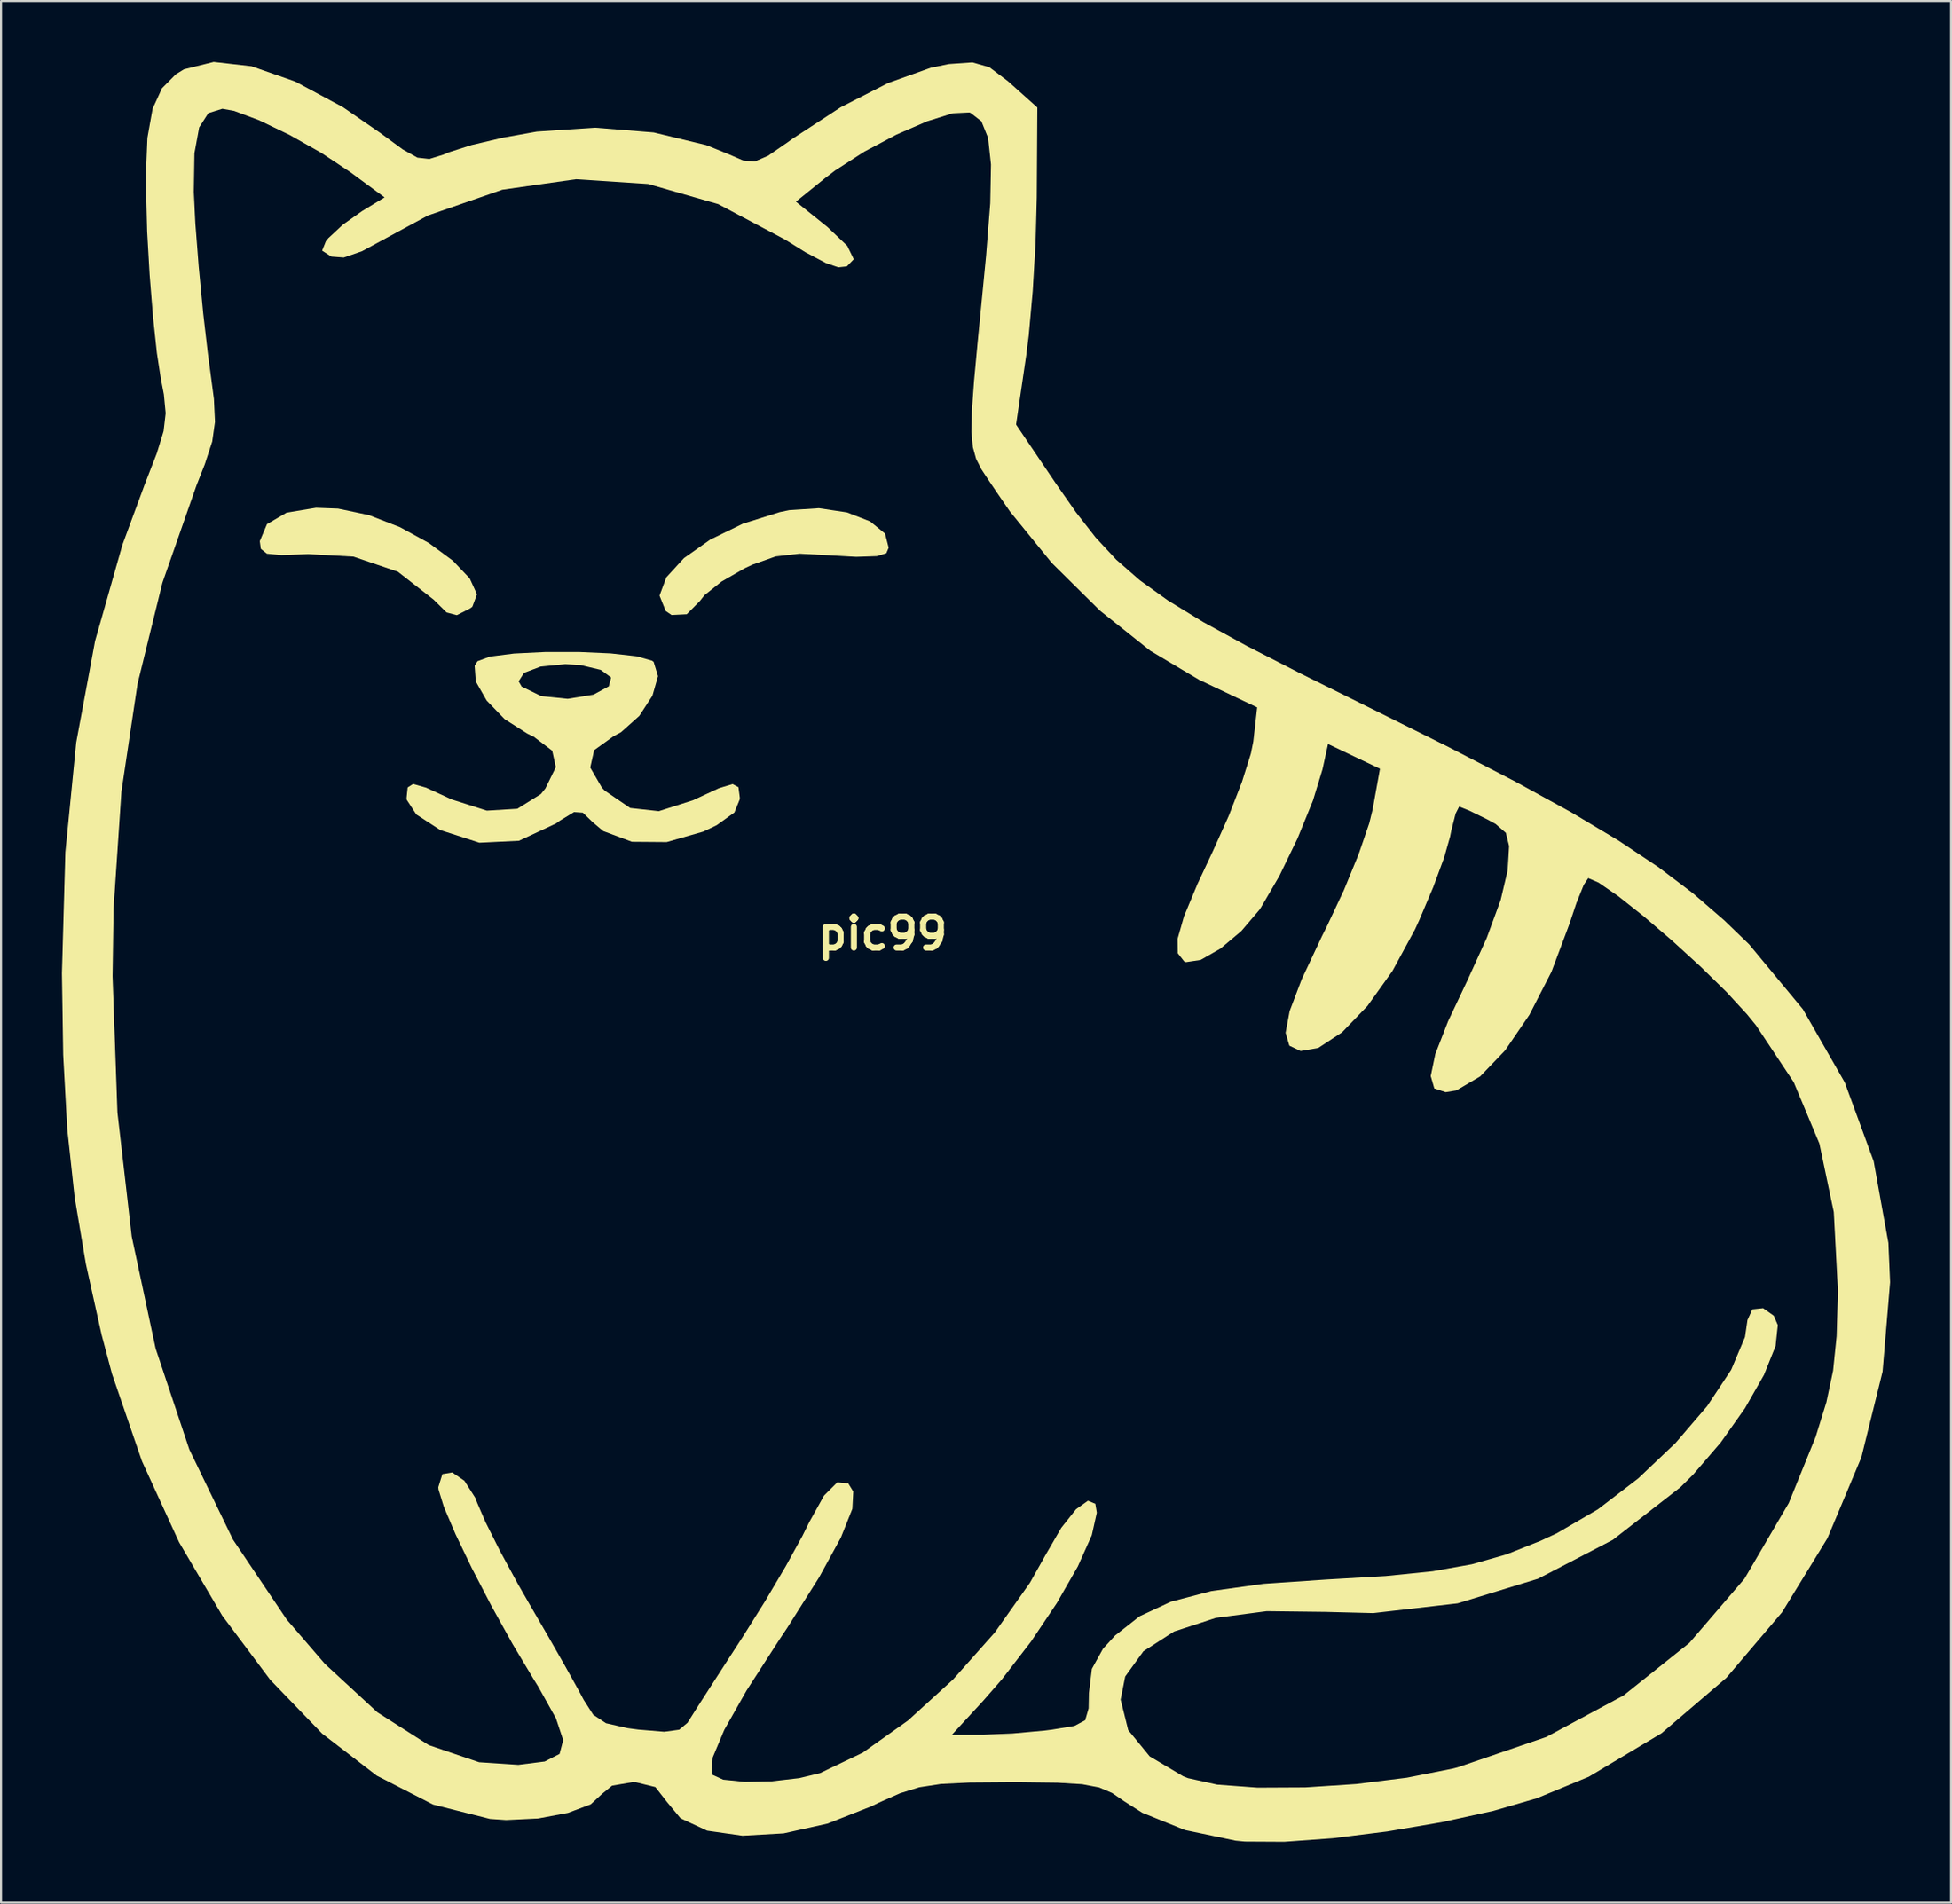
<source format=kicad_pcb>
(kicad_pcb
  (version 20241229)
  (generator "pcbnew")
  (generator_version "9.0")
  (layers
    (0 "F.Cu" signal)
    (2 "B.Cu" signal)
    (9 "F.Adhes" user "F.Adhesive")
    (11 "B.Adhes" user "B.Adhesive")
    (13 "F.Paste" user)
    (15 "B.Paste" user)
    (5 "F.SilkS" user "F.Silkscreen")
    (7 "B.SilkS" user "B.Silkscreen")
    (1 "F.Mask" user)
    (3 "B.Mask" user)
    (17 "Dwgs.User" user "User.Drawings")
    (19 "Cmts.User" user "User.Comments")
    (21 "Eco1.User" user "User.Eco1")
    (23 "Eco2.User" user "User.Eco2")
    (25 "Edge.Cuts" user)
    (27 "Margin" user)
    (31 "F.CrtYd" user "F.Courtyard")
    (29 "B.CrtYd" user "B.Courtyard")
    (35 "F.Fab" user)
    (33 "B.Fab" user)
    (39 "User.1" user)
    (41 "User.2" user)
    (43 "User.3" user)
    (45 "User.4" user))
  (footprint "pic99"
    (layer "F.Cu")
    (at 40.42 42.945)
    (property "Reference" "pic99" (at 0 0 0) (layer "F.SilkS") (effects (font (size 1.524 1.524) (thickness 0.3))))
    (attr board_only exclude_from_pos_files exclude_from_bom)
    (fp_poly (pts (xy -26.822 -20.937) (xy -25.295 -20.615) (xy -23.765 -20.02) (xy -22.349 -19.243) (xy -21.167 -18.373) (xy -20.337 -17.5) (xy -19.977 -16.713) (xy -20.207 -16.102) (xy -20.32 -16.018) (xy -20.971 -15.689) (xy -21.474 -15.822) (xy -22.116 -16.454) (xy -23.87 -17.825) (xy -26.06 -18.572) (xy -28.287 -18.695) (xy -29.607 -18.645) (xy -30.326 -18.717) (xy -30.623 -18.955) (xy -30.675 -19.332) (xy -30.322 -20.171) (xy -29.353 -20.738) (xy -27.905 -20.978)) (stroke (width 0) (type solid)) (fill yes) (layer "F.SilkS"))
    (fp_poly (pts (xy -1.756 -20.749) (xy -0.618 -20.308) (xy 0.12 -19.706) (xy 0.297 -19.012) (xy 0.183 -18.738) (xy -0.285 -18.596) (xy -1.3 -18.561) (xy -2.516 -18.63) (xy -4.09 -18.716) (xy -5.267 -18.582) (xy -6.414 -18.175) (xy -6.808 -17.99) (xy -7.935 -17.341) (xy -8.776 -16.668) (xy -9.008 -16.374) (xy -9.646 -15.733) (xy -10.392 -15.696) (xy -10.681 -15.891) (xy -10.987 -16.651) (xy -10.652 -17.55) (xy -9.785 -18.498) (xy -8.492 -19.409) (xy -6.883 -20.193) (xy -5.064 -20.764) (xy -4.597 -20.861) (xy -3.136 -20.957)) (stroke (width 0) (type solid)) (fill yes) (layer "F.SilkS"))
    (fp_poly (pts (xy -13.393 -13.804) (xy -12.116 -13.66) (xy -11.355 -13.445) (xy -11.278 -13.388) (xy -11.062 -12.681) (xy -11.338 -11.717) (xy -11.985 -10.723) (xy -12.88 -9.924) (xy -13.258 -9.719) (xy -14.208 -9.034) (xy -14.399 -8.179) (xy -13.824 -7.187) (xy -13.687 -7.044) (xy -12.433 -6.187) (xy -11.021 -6.032) (xy -9.339 -6.568) (xy -9.265 -6.603) (xy -8.059 -7.164) (xy -7.389 -7.366) (xy -7.1 -7.213) (xy -7.034 -6.704) (xy -7.034 -6.621) (xy -7.299 -5.966) (xy -8.17 -5.34) (xy -8.819 -5.028) (xy -10.632 -4.508) (xy -12.349 -4.522) (xy -13.764 -5.052) (xy -14.28 -5.489) (xy -14.766 -5.956) (xy -15.197 -5.986) (xy -15.883 -5.569) (xy -16.091 -5.421) (xy -17.908 -4.572) (xy -19.861 -4.477) (xy -21.785 -5.1) (xy -22.964 -5.866) (xy -23.439 -6.593) (xy -23.446 -6.684) (xy -23.392 -7.2) (xy -23.125 -7.371) (xy -22.487 -7.191) (xy -21.324 -6.656) (xy -21.23 -6.611) (xy -19.493 -6.057) (xy -17.99 -6.149) (xy -16.831 -6.874) (xy -16.608 -7.152) (xy -16.094 -8.199) (xy -16.271 -9.007) (xy -17.179 -9.697) (xy -17.504 -9.856) (xy -18.615 -10.564) (xy -19.502 -11.481) (xy -20.037 -12.42) (xy -20.037 -12.428) (xy -17.927 -12.428) (xy -17.777 -12.168) (xy -16.813 -11.697) (xy -15.511 -11.565) (xy -14.238 -11.771) (xy -13.485 -12.181) (xy -13.371 -12.617) (xy -13.886 -12.993) (xy -14.877 -13.23) (xy -15.631 -13.274) (xy -16.843 -13.155) (xy -17.659 -12.847) (xy -17.927 -12.428) (xy -20.037 -12.428) (xy -20.093 -13.196) (xy -19.953 -13.419) (xy -19.335 -13.646) (xy -18.154 -13.797) (xy -16.627 -13.873) (xy -14.968 -13.875)) (stroke (width 0) (type solid)) (fill yes) (layer "F.SilkS"))
    (fp_poly (pts (xy -31.086 -42.733) (xy -28.931 -41.979) (xy -26.58 -40.715) (xy -24.744 -39.449) (xy -23.636 -38.635) (xy -22.909 -38.228) (xy -22.324 -38.163) (xy -21.642 -38.374) (xy -21.335 -38.5) (xy -20.244 -38.849) (xy -18.707 -39.212) (xy -17.054 -39.509) (xy -17.032 -39.513) (xy -14.151 -39.704) (xy -11.275 -39.471) (xy -8.685 -38.845) (xy -7.635 -38.419) (xy -6.876 -38.091) (xy -6.298 -38.037) (xy -5.647 -38.318) (xy -4.669 -38.992) (xy -4.428 -39.167) (xy -2.07 -40.707) (xy 0.265 -41.903) (xy 2.376 -42.66) (xy 3.267 -42.842) (xy 4.424 -42.923) (xy 5.258 -42.685) (xy 6.165 -42.001) (xy 6.293 -41.887) (xy 7.62 -40.699) (xy 7.593 -36.274) (xy 7.533 -34.029) (xy 7.392 -31.637) (xy 7.196 -29.459) (xy 7.07 -28.463) (xy 6.572 -25.079) (xy 8.508 -22.211) (xy 9.524 -20.754) (xy 10.493 -19.513) (xy 11.509 -18.42) (xy 12.666 -17.408) (xy 14.058 -16.408) (xy 15.781 -15.353) (xy 17.929 -14.175) (xy 20.596 -12.807) (xy 23.876 -11.18) (xy 23.942 -11.148) (xy 27.864 -9.195) (xy 31.158 -7.49) (xy 33.917 -5.974) (xy 36.233 -4.59) (xy 38.199 -3.281) (xy 39.906 -1.989) (xy 41.447 -0.657) (xy 42.678 0.532) (xy 45.326 3.73) (xy 47.389 7.336) (xy 48.811 11.217) (xy 49.537 15.238) (xy 49.621 17.178) (xy 49.252 21.577) (xy 48.204 25.808) (xy 46.535 29.789) (xy 44.3 33.436) (xy 41.558 36.666) (xy 38.365 39.397) (xy 34.778 41.543) (xy 32.218 42.601) (xy 30.078 43.223) (xy 27.55 43.778) (xy 24.848 44.238) (xy 22.186 44.571) (xy 19.78 44.747) (xy 17.843 44.736) (xy 17.389 44.692) (xy 14.892 44.167) (xy 12.791 43.317) (xy 11.902 42.751) (xy 11.301 42.339) (xy 10.669 42.069) (xy 9.831 41.91) (xy 8.61 41.835) (xy 6.828 41.813) (xy 6.263 41.812) (xy 4.289 41.827) (xy 2.878 41.896) (xy 1.809 42.059) (xy 0.864 42.352) (xy -0.175 42.813) (xy -0.542 42.992) (xy -2.708 43.848) (xy -4.875 44.332) (xy -6.9 44.448) (xy -8.64 44.199) (xy -9.952 43.588) (xy -10.631 42.769) (xy -11.192 42.049) (xy -12.141 41.816) (xy -12.33 41.812) (xy -13.322 41.979) (xy -13.81 42.378) (xy -14.376 42.9) (xy -15.501 43.323) (xy -16.964 43.598) (xy -18.544 43.675) (xy -19.34 43.62) (xy -22.141 42.91) (xy -24.914 41.487) (xy -27.605 39.415) (xy -30.161 36.764) (xy -32.527 33.599) (xy -34.65 29.988) (xy -36.477 25.997) (xy -37.953 21.694) (xy -38.464 19.777) (xy -39.238 16.291) (xy -39.794 12.989) (xy -40.159 9.63) (xy -40.358 5.97) (xy -40.418 2.1) (xy -37.925 2.1) (xy -37.686 8.815) (xy -36.982 14.923) (xy -35.804 20.449) (xy -34.144 25.419) (xy -31.995 29.859) (xy -29.348 33.796) (xy -27.469 35.979) (xy -24.882 38.367) (xy -22.353 39.981) (xy -19.873 40.827) (xy -17.941 40.956) (xy -16.642 40.791) (xy -15.911 40.416) (xy -15.732 39.737) (xy -16.089 38.662) (xy -16.964 37.096) (xy -17.191 36.73) (xy -18.231 34.99) (xy -19.269 33.119) (xy -20.229 31.269) (xy -21.034 29.594) (xy -21.607 28.249) (xy -21.873 27.387) (xy -21.883 27.277) (xy -21.682 26.631) (xy -21.196 26.548) (xy -20.599 26.957) (xy -20.067 27.789) (xy -19.97 28.038) (xy -19.553 29.006) (xy -18.845 30.417) (xy -17.962 32.044) (xy -17.402 33.02) (xy -16.464 34.637) (xy -15.612 36.132) (xy -14.966 37.294) (xy -14.724 37.75) (xy -14.251 38.488) (xy -13.621 38.905) (xy -12.569 39.146) (xy -12.035 39.217) (xy -10.754 39.324) (xy -10.018 39.224) (xy -9.609 38.882) (xy -9.574 38.827) (xy -9.207 38.244) (xy -8.521 37.173) (xy -7.623 35.782) (xy -6.874 34.625) (xy -5.795 32.903) (xy -4.772 31.172) (xy -3.953 29.683) (xy -3.622 29.015) (xy -2.887 27.689) (xy -2.23 27.034) (xy -1.697 27.081) (xy -1.445 27.489) (xy -1.49 28.339) (xy -2.053 29.754) (xy -3.127 31.717) (xy -4.703 34.213) (xy -5.079 34.777) (xy -6.702 37.293) (xy -7.799 39.232) (xy -8.37 40.596) (xy -8.418 41.387) (xy -8.391 41.439) (xy -7.852 41.686) (xy -6.793 41.794) (xy -5.461 41.768) (xy -4.105 41.61) (xy -3.087 41.365) (xy -0.986 40.358) (xy 1.25 38.771) (xy 3.469 36.749) (xy 5.521 34.439) (xy 7.253 31.989) (xy 8.019 30.625) (xy 8.798 29.28) (xy 9.526 28.361) (xy 10.114 27.941) (xy 10.477 28.091) (xy 10.551 28.528) (xy 10.301 29.644) (xy 9.615 31.178) (xy 8.585 32.977) (xy 7.307 34.884) (xy 5.872 36.745) (xy 4.946 37.807) (xy 3.417 39.468) (xy 4.976 39.468) (xy 6.394 39.41) (xy 7.975 39.266) (xy 8.347 39.219) (xy 9.445 39.039) (xy 9.976 38.758) (xy 10.146 38.173) (xy 10.16 37.422) (xy 10.305 36.227) (xy 10.854 35.236) (xy 11.451 34.582) (xy 12.653 33.637) (xy 14.199 32.917) (xy 16.196 32.393) (xy 18.755 32.037) (xy 21.846 31.825) (xy 24.769 31.654) (xy 27.099 31.416) (xy 29.023 31.072) (xy 30.729 30.585) (xy 32.405 29.918) (xy 33.203 29.547) (xy 35.228 28.366) (xy 37.215 26.842) (xy 39.049 25.102) (xy 40.613 23.276) (xy 41.793 21.492) (xy 42.473 19.88) (xy 42.594 19.042) (xy 42.836 18.512) (xy 43.366 18.456) (xy 43.889 18.825) (xy 44.09 19.286) (xy 43.98 20.323) (xy 43.409 21.742) (xy 42.475 23.38) (xy 41.279 25.073) (xy 39.917 26.658) (xy 39.286 27.283) (xy 35.961 29.872) (xy 32.278 31.787) (xy 28.32 32.999) (xy 24.168 33.478) (xy 21.811 33.418) (xy 18.918 33.382) (xy 16.407 33.715) (xy 14.357 34.385) (xy 12.845 35.359) (xy 11.947 36.602) (xy 11.723 37.741) (xy 12.096 39.242) (xy 13.153 40.536) (xy 14.806 41.518) (xy 15.045 41.612) (xy 16.474 41.929) (xy 18.465 42.077) (xy 20.819 42.065) (xy 23.336 41.899) (xy 25.818 41.589) (xy 28.065 41.143) (xy 28.331 41.075) (xy 32.687 39.581) (xy 36.486 37.54) (xy 39.737 34.945) (xy 42.448 31.785) (xy 44.631 28.053) (xy 45.948 24.81) (xy 46.483 23.088) (xy 46.813 21.535) (xy 46.986 19.841) (xy 47.049 17.694) (xy 47.05 17.585) (xy 46.847 13.719) (xy 46.137 10.345) (xy 44.875 7.324) (xy 43.013 4.517) (xy 42.577 3.982) (xy 41.564 2.878) (xy 40.283 1.624) (xy 38.875 0.339) (xy 37.476 -0.858) (xy 36.226 -1.847) (xy 35.263 -2.511) (xy 34.752 -2.732) (xy 34.529 -2.393) (xy 34.173 -1.508) (xy 33.832 -0.488) (xy 32.944 1.879) (xy 31.858 3.998) (xy 30.659 5.756) (xy 29.431 7.037) (xy 28.258 7.727) (xy 27.731 7.815) (xy 27.17 7.627) (xy 26.996 7.02) (xy 27.22 5.936) (xy 27.853 4.314) (xy 28.787 2.339) (xy 29.753 0.218) (xy 30.44 -1.655) (xy 30.777 -3.084) (xy 30.787 -3.174) (xy 30.855 -4.314) (xy 30.695 -4.962) (xy 30.19 -5.4) (xy 29.764 -5.632) (xy 28.914 -6.049) (xy 28.417 -6.249) (xy 28.394 -6.252) (xy 28.221 -5.911) (xy 28.006 -5.062) (xy 27.952 -4.787) (xy 27.658 -3.748) (xy 27.116 -2.281) (xy 26.428 -0.657) (xy 26.216 -0.195) (xy 25.109 1.843) (xy 23.879 3.566) (xy 22.627 4.866) (xy 21.457 5.635) (xy 20.586 5.787) (xy 20.032 5.522) (xy 19.847 4.888) (xy 20.046 3.818) (xy 20.644 2.244) (xy 21.654 0.097) (xy 21.872 -0.338) (xy 22.716 -2.134) (xy 23.447 -3.916) (xy 23.965 -5.427) (xy 24.134 -6.111) (xy 24.496 -8.12) (xy 23.216 -8.73) (xy 21.937 -9.34) (xy 21.664 -8.089) (xy 21.196 -6.557) (xy 20.439 -4.698) (xy 19.538 -2.835) (xy 18.637 -1.29) (xy 18.552 -1.164) (xy 17.666 -0.123) (xy 16.636 0.743) (xy 15.661 1.299) (xy 14.939 1.408) (xy 14.848 1.367) (xy 14.536 0.967) (xy 14.526 0.263) (xy 14.842 -0.844) (xy 15.511 -2.452) (xy 16.263 -4.054) (xy 17.049 -5.803) (xy 17.703 -7.487) (xy 18.137 -8.867) (xy 18.257 -9.465) (xy 18.446 -11.143) (xy 15.581 -12.507) (xy 13.185 -13.933) (xy 10.705 -15.91) (xy 8.333 -18.259) (xy 6.265 -20.803) (xy 5.693 -21.637) (xy 5.222 -22.333) (xy 4.861 -22.881) (xy 4.604 -23.389) (xy 4.444 -23.966) (xy 4.378 -24.72) (xy 4.398 -25.758) (xy 4.5 -27.19) (xy 4.679 -29.123) (xy 4.928 -31.666) (xy 5.098 -33.411) (xy 5.302 -35.987) (xy 5.338 -37.888) (xy 5.195 -39.203) (xy 4.864 -40.021) (xy 4.333 -40.432) (xy 4.272 -40.453) (xy 3.455 -40.414) (xy 2.19 -40.019) (xy 0.673 -39.359) (xy -0.901 -38.522) (xy -2.337 -37.597) (xy -2.819 -37.23) (xy -4.27 -36.059) (xy -2.713 -34.808) (xy -1.742 -33.884) (xy -1.42 -33.222) (xy -1.762 -32.87) (xy -2.178 -32.825) (xy -2.786 -33.03) (xy -3.796 -33.564) (xy -4.808 -34.193) (xy -8.098 -35.939) (xy -11.543 -36.929) (xy -15.1 -37.165) (xy -18.73 -36.648) (xy -22.392 -35.378) (xy -25.641 -33.618) (xy -26.539 -33.307) (xy -27.151 -33.354) (xy -27.606 -33.647) (xy -27.42 -34.11) (xy -27.3 -34.26) (xy -26.587 -34.923) (xy -25.648 -35.588) (xy -24.528 -36.271) (xy -26.234 -37.526) (xy -27.643 -38.463) (xy -29.207 -39.347) (xy -30.71 -40.071) (xy -31.937 -40.53) (xy -32.518 -40.636) (xy -33.209 -40.421) (xy -33.661 -39.717) (xy -33.894 -38.447) (xy -33.925 -36.538) (xy -33.85 -34.997) (xy -33.683 -32.852) (xy -33.461 -30.558) (xy -33.224 -28.513) (xy -33.145 -27.937) (xy -32.935 -26.34) (xy -32.881 -25.211) (xy -33.018 -24.242) (xy -33.38 -23.129) (xy -33.795 -22.075) (xy -35.472 -17.281) (xy -36.695 -12.308) (xy -37.488 -7.011) (xy -37.875 -1.246) (xy -37.925 2.1) (xy -40.418 2.1) (xy -40.42 1.954) (xy -40.252 -4.009) (xy -39.716 -9.417) (xy -38.787 -14.417) (xy -37.441 -19.153) (xy -36.349 -22.112) (xy -35.746 -23.665) (xy -35.413 -24.755) (xy -35.31 -25.636) (xy -35.399 -26.562) (xy -35.551 -27.354) (xy -35.742 -28.593) (xy -35.932 -30.374) (xy -36.1 -32.459) (xy -36.223 -34.594) (xy -36.291 -37.227) (xy -36.21 -39.203) (xy -35.954 -40.636) (xy -35.495 -41.643) (xy -34.809 -42.336) (xy -34.409 -42.582) (xy -32.945 -42.945)) (stroke (width 0) (type solid)) (fill yes) (layer "F.SilkS")))
  (gr_rect
    (start -3 -3)
    (end 93.041 90.692)
    (stroke (width 0.1) (type default))
    (fill no)
    (layer "Edge.Cuts")))
</source>
